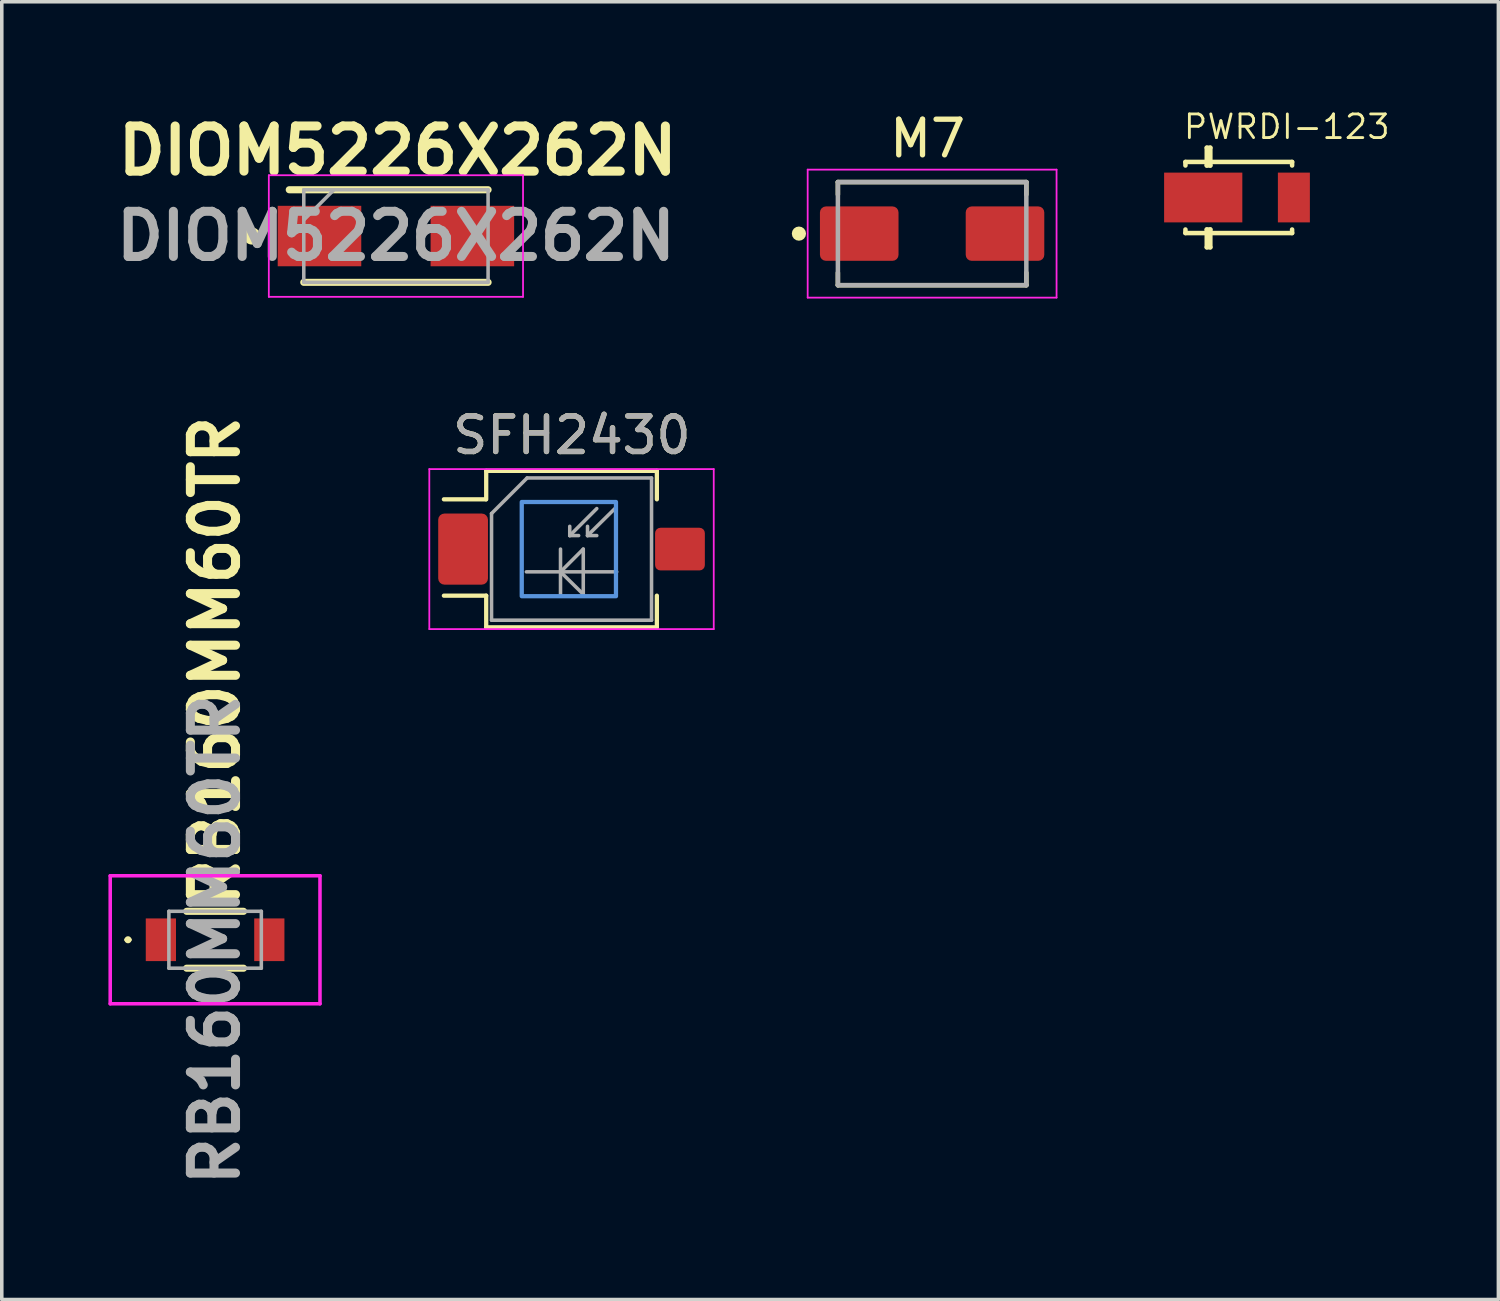
<source format=kicad_pcb>
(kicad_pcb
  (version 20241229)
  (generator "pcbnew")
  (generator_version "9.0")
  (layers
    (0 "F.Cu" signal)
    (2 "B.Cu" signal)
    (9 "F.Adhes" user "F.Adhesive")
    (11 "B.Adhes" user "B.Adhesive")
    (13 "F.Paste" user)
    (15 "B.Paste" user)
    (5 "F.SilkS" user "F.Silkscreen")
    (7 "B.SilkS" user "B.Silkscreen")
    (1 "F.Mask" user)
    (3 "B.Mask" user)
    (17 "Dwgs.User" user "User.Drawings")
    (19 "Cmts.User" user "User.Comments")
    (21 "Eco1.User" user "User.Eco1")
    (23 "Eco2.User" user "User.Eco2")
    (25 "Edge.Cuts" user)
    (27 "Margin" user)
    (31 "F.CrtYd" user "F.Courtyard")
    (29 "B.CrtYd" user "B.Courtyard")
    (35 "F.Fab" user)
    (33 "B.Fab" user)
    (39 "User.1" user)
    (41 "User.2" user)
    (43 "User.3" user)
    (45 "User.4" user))
  (footprint "M7"
    (layer "F.Cu")
    (at 23.167 3.521)
    (property "Reference" "M7" (at -0.127 -2.672 0) (layer "F.SilkS") (effects (font (size 1.002 1.002) (thickness 0.15))))
    (attr smd)
    (fp_line (start -2.65 -1.45) (end 2.65 -1.45) (stroke (width 0.127) (type solid)) (layer "F.SilkS"))
    (fp_line (start -2.65 -1.1) (end -2.65 -1.45) (stroke (width 0.127) (type solid)) (layer "F.SilkS"))
    (fp_line (start -2.65 1.1) (end -2.65 1.45) (stroke (width 0.127) (type solid)) (layer "F.SilkS"))
    (fp_line (start -2.65 1.45) (end 2.65 1.45) (stroke (width 0.127) (type solid)) (layer "F.SilkS"))
    (fp_line (start 2.65 -1.45) (end 2.65 -1.1) (stroke (width 0.127) (type solid)) (layer "F.SilkS"))
    (fp_line (start 2.65 1.45) (end 2.65 1.1) (stroke (width 0.127) (type solid)) (layer "F.SilkS"))
    (fp_circle (center -3.746 0) (end -3.646 0) (stroke (width 0.2) (type solid)) (fill no) (layer "F.SilkS"))
    (fp_line (start -3.5 -1.8) (end 3.5 -1.8) (stroke (width 0.05) (type solid)) (layer "F.CrtYd"))
    (fp_line (start -3.5 1.8) (end -3.5 -1.8) (stroke (width 0.05) (type solid)) (layer "F.CrtYd"))
    (fp_line (start 3.5 -1.8) (end 3.5 1.8) (stroke (width 0.05) (type solid)) (layer "F.CrtYd"))
    (fp_line (start 3.5 1.8) (end -3.5 1.8) (stroke (width 0.05) (type solid)) (layer "F.CrtYd"))
    (fp_line (start -2.65 -1.45) (end 2.65 -1.45) (stroke (width 0.127) (type solid)) (layer "F.Fab"))
    (fp_line (start -2.65 1.45) (end -2.65 -1.45) (stroke (width 0.127) (type solid)) (layer "F.Fab"))
    (fp_line (start 2.65 -1.45) (end 2.65 1.45) (stroke (width 0.127) (type solid)) (layer "F.Fab"))
    (fp_line (start 2.65 1.45) (end -2.65 1.45) (stroke (width 0.127) (type solid)) (layer "F.Fab"))
    (pad "A" smd roundrect (at 2.05 0) (size 2.21 1.53) (layers "F.Cu" "F.Mask" "F.Paste") (roundrect_rratio 0.11))
    (pad "C" smd roundrect (at -2.05 0) (size 2.21 1.53) (layers "F.Cu" "F.Mask" "F.Paste") (roundrect_rratio 0.11)))
  (footprint "DIOM5226X262N"
    (layer "F.Cu")
    (at 8.086 3.589)
    (property "Reference" "DIOM5226X262N" (at 0.05 -2.4 0) (layer "F.SilkS") (effects (font (size 1.27 1.27) (thickness 0.254))))
    (attr smd)
    (fp_line (start -2.592 1.302) (end 2.592 1.302) (stroke (width 0.2) (type solid)) (layer "F.SilkS"))
    (fp_line (start 2.592 -1.302) (end -3 -1.302) (stroke (width 0.2) (type solid)) (layer "F.SilkS"))
    (fp_circle (center -4.05 0) (end -3.87 0) (stroke (width 0.12) (type solid)) (fill yes) (layer "F.SilkS"))
    (fp_line (start -3.575 -1.71) (end 3.575 -1.71) (stroke (width 0.05) (type solid)) (layer "F.CrtYd"))
    (fp_line (start -3.575 1.71) (end -3.575 -1.71) (stroke (width 0.05) (type solid)) (layer "F.CrtYd"))
    (fp_line (start 3.575 -1.71) (end 3.575 1.71) (stroke (width 0.05) (type solid)) (layer "F.CrtYd"))
    (fp_line (start 3.575 1.71) (end -3.575 1.71) (stroke (width 0.05) (type solid)) (layer "F.CrtYd"))
    (fp_line (start -2.592 -1.302) (end 2.592 -1.302) (stroke (width 0.1) (type solid)) (layer "F.Fab"))
    (fp_line (start -2.592 -0.452) (end -1.742 -1.302) (stroke (width 0.1) (type solid)) (layer "F.Fab"))
    (fp_line (start -2.592 1.302) (end -2.592 -1.302) (stroke (width 0.1) (type solid)) (layer "F.Fab"))
    (fp_line (start 2.592 -1.302) (end 2.592 1.302) (stroke (width 0.1) (type solid)) (layer "F.Fab"))
    (fp_line (start 2.592 1.302) (end -2.592 1.302) (stroke (width 0.1) (type solid)) (layer "F.Fab"))
    (fp_text user "${REFERENCE}" (at 0 0 0) (layer "F.Fab") (effects (font (size 1.27 1.27) (thickness 0.254))))
    (pad "1" smd rect (at -2.15 0 90) (size 1.7 2.35) (layers "F.Cu" "F.Mask" "F.Paste"))
    (pad "2" smd rect (at 2.15 0 90) (size 1.7 2.35) (layers "F.Cu" "F.Mask" "F.Paste")))
  (footprint "PWRDI-123"
    (layer "F.Cu")
    (at 31.792 2.505)
    (property "Reference" "PWRDI-123" (at -1.6 -1.6 0) (layer "F.SilkS") (effects (font (size 0.665 0.665) (thickness 0.08)) (justify left bottom)))
    (attr smd)
    (fp_line (start -1.5 -1) (end -0.9 -1) (stroke (width 0.127) (type solid)) (layer "F.SilkS"))
    (fp_line (start -1.5 -0.9) (end -1.5 -1) (stroke (width 0.127) (type solid)) (layer "F.SilkS"))
    (fp_line (start -1.5 1) (end -1.5 0.9) (stroke (width 0.127) (type solid)) (layer "F.SilkS"))
    (fp_line (start -0.9 -1.4) (end -0.9 -0.9) (stroke (width 0.127) (type solid)) (layer "F.SilkS"))
    (fp_line (start -0.9 -1) (end -0.8 -1) (stroke (width 0.127) (type solid)) (layer "F.SilkS"))
    (fp_line (start -0.9 0.9) (end -0.9 1.4) (stroke (width 0.127) (type solid)) (layer "F.SilkS"))
    (fp_line (start -0.9 0.9) (end -0.8 0.9) (stroke (width 0.127) (type solid)) (layer "F.SilkS"))
    (fp_line (start -0.9 1) (end -1.5 1) (stroke (width 0.127) (type solid)) (layer "F.SilkS"))
    (fp_line (start -0.9 1) (end -0.8 1) (stroke (width 0.127) (type solid)) (layer "F.SilkS"))
    (fp_line (start -0.9 1.4) (end -0.8 1.4) (stroke (width 0.127) (type solid)) (layer "F.SilkS"))
    (fp_line (start -0.8 -1.4) (end -0.9 -1.4) (stroke (width 0.127) (type solid)) (layer "F.SilkS"))
    (fp_line (start -0.8 -1) (end 1.5 -1) (stroke (width 0.127) (type solid)) (layer "F.SilkS"))
    (fp_line (start -0.8 -0.9) (end -0.9 -0.9) (stroke (width 0.127) (type solid)) (layer "F.SilkS"))
    (fp_line (start -0.8 -0.9) (end -0.8 -1.4) (stroke (width 0.127) (type solid)) (layer "F.SilkS"))
    (fp_line (start -0.8 1.4) (end -0.8 0.9) (stroke (width 0.127) (type solid)) (layer "F.SilkS"))
    (fp_line (start 1.5 -1) (end 1.5 -0.9) (stroke (width 0.127) (type solid)) (layer "F.SilkS"))
    (fp_line (start 1.5 0.9) (end 1.5 1) (stroke (width 0.127) (type solid)) (layer "F.SilkS"))
    (fp_line (start 1.5 1) (end -0.8 1) (stroke (width 0.127) (type solid)) (layer "F.SilkS"))
    (pad "A" smd rect (at 1.55 0) (size 0.9 1.4) (layers "F.Cu" "F.Mask" "F.Paste"))
    (pad "C" smd rect (at -1 0) (size 2.2 1.4) (layers "F.Cu" "F.Mask" "F.Paste")))
  (footprint "SFH2430"
    (layer "F.Cu")
    (at 13.025 12.394)
    (property "Reference" "SFH2430" (at 0.01 -3.2 0) (layer "F.SilkS") (effects (font (size 1 1) (thickness 0.15))))
    (attr smd)
    (fp_line (start -3.59 1.31) (end -2.4 1.31) (stroke (width 0.12) (type solid)) (layer "F.SilkS"))
    (fp_line (start -2.41 -1.4) (end -3.59 -1.4) (stroke (width 0.12) (type solid)) (layer "F.SilkS"))
    (fp_line (start -2.4 -2.2) (end -2.4 -1.4) (stroke (width 0.12) (type solid)) (layer "F.SilkS"))
    (fp_line (start -2.4 1.31) (end -2.4 2.2) (stroke (width 0.12) (type solid)) (layer "F.SilkS"))
    (fp_line (start -2.4 2.2) (end 2.4 2.2) (stroke (width 0.12) (type solid)) (layer "F.SilkS"))
    (fp_line (start 2.4 -2.2) (end -2.4 -2.2) (stroke (width 0.12) (type solid)) (layer "F.SilkS"))
    (fp_line (start 2.4 -1.4) (end 2.4 -2.2) (stroke (width 0.12) (type solid)) (layer "F.SilkS"))
    (fp_line (start 2.4 2.2) (end 2.4 1.31) (stroke (width 0.12) (type solid)) (layer "F.SilkS"))
    (fp_rect (start -1.4 -1.325) (end 1.25 1.325) (stroke (width 0.12) (type solid)) (fill no) (layer "Cmts.User"))
    (fp_line (start -4 -2.25) (end -4 2.25) (stroke (width 0.05) (type solid)) (layer "F.CrtYd"))
    (fp_line (start -4 -2.25) (end 4 -2.25) (stroke (width 0.05) (type solid)) (layer "F.CrtYd"))
    (fp_line (start 4 2.25) (end -4 2.25) (stroke (width 0.05) (type solid)) (layer "F.CrtYd"))
    (fp_line (start 4 2.25) (end 4 -2.25) (stroke (width 0.05) (type solid)) (layer "F.CrtYd"))
    (fp_line (start -2.25 -1) (end -2.25 2) (stroke (width 0.1) (type solid)) (layer "F.Fab"))
    (fp_line (start -2.25 -1) (end -1.25 -2) (stroke (width 0.1) (type solid)) (layer "F.Fab"))
    (fp_line (start -1.27 0.64) (end 1.27 0.64) (stroke (width 0.1) (type solid)) (layer "F.Fab"))
    (fp_line (start -1.25 -2) (end 2.25 -2) (stroke (width 0.1) (type solid)) (layer "F.Fab"))
    (fp_line (start -0.31 0) (end -0.31 1.27) (stroke (width 0.1) (type solid)) (layer "F.Fab"))
    (fp_line (start -0.31 0.64) (end 0.33 0) (stroke (width 0.1) (type solid)) (layer "F.Fab"))
    (fp_line (start -0.05 -0.38) (end -0.05 -0.64) (stroke (width 0.1) (type solid)) (layer "F.Fab"))
    (fp_line (start -0.05 -0.38) (end 0.2 -0.38) (stroke (width 0.1) (type solid)) (layer "F.Fab"))
    (fp_line (start 0.33 0) (end 0.33 1.27) (stroke (width 0.1) (type solid)) (layer "F.Fab"))
    (fp_line (start 0.33 1.27) (end -0.31 0.64) (stroke (width 0.1) (type solid)) (layer "F.Fab"))
    (fp_line (start 0.45 -0.38) (end 0.45 -0.64) (stroke (width 0.1) (type solid)) (layer "F.Fab"))
    (fp_line (start 0.45 -0.38) (end 0.71 -0.38) (stroke (width 0.1) (type solid)) (layer "F.Fab"))
    (fp_line (start 0.71 -1.14) (end -0.05 -0.38) (stroke (width 0.1) (type solid)) (layer "F.Fab"))
    (fp_line (start 1.22 -1.14) (end 0.45 -0.38) (stroke (width 0.1) (type solid)) (layer "F.Fab"))
    (fp_line (start 2.25 -2) (end 2.25 2) (stroke (width 0.1) (type solid)) (layer "F.Fab"))
    (fp_line (start 2.25 2) (end -2.25 2) (stroke (width 0.1) (type solid)) (layer "F.Fab"))
    (fp_text user "${REFERENCE}" (at 0.01 -3.2 0) (layer "F.Fab") (effects (font (size 1 1) (thickness 0.15))))
    (pad "" smd roundrect (at -3.05 0 180) (size 1.3 1.9) (layers "F.Paste") (roundrect_rratio 0.125))
    (pad "" smd roundrect (at -3.05 0 180) (size 1.5 2.1) (layers "F.Mask") (roundrect_rratio 0.125))
    (pad "" smd roundrect (at 3.05 0 180) (size 1.3 1.1) (layers "F.Paste") (roundrect_rratio 0.125))
    (pad "" smd roundrect (at 3.05 0 180) (size 1.5 1.3) (layers "F.Mask") (roundrect_rratio 0.125))
    (pad "1" smd roundrect (at -3.05 0 180) (size 1.4 2) (layers "F.Cu" "F.Mask") (roundrect_rratio 0.125))
    (pad "2" smd roundrect (at 3.05 0 180) (size 1.4 1.2) (layers "F.Cu" "F.Mask") (roundrect_rratio 0.125)))
  (footprint "RB160MM60TR"
    (layer "F.Cu")
    (at 3 23.382)
    (property "Reference" "RB160MM60TR" (at 0 -0.8 90) (layer "F.SilkS") (effects (font (size 1.27 1.27) (thickness 0.254)) (justify left)))
    (attr smd)
    (fp_line (start -2.5 0) (end -2.5 0) (stroke (width 0.1) (type solid)) (layer "F.SilkS"))
    (fp_line (start -2.4 0) (end -2.4 0) (stroke (width 0.1) (type solid)) (layer "F.SilkS"))
    (fp_line (start -0.8 -0.8) (end 0.8 -0.8) (stroke (width 0.2) (type solid)) (layer "F.SilkS"))
    (fp_line (start -0.8 0.8) (end 0.8 0.8) (stroke (width 0.2) (type solid)) (layer "F.SilkS"))
    (fp_arc (start -2.5 0) (mid -2.45 -0.05) (end -2.4 0) (stroke (width 0.1) (type solid)) (layer "F.SilkS"))
    (fp_arc (start -2.4 0) (mid -2.45 0.05) (end -2.5 0) (stroke (width 0.1) (type solid)) (layer "F.SilkS"))
    (fp_line (start -2.95 -1.8) (end 2.95 -1.8) (stroke (width 0.1) (type solid)) (layer "F.CrtYd"))
    (fp_line (start -2.95 1.8) (end -2.95 -1.8) (stroke (width 0.1) (type solid)) (layer "F.CrtYd"))
    (fp_line (start 2.95 -1.8) (end 2.95 1.8) (stroke (width 0.1) (type solid)) (layer "F.CrtYd"))
    (fp_line (start 2.95 1.8) (end -2.95 1.8) (stroke (width 0.1) (type solid)) (layer "F.CrtYd"))
    (fp_line (start -1.3 -0.8) (end 1.3 -0.8) (stroke (width 0.1) (type solid)) (layer "F.Fab"))
    (fp_line (start -1.3 0.8) (end -1.3 -0.8) (stroke (width 0.1) (type solid)) (layer "F.Fab"))
    (fp_line (start 1.3 -0.8) (end 1.3 0.8) (stroke (width 0.1) (type solid)) (layer "F.Fab"))
    (fp_line (start 1.3 0.8) (end -1.3 0.8) (stroke (width 0.1) (type solid)) (layer "F.Fab"))
    (fp_text user "${REFERENCE}" (at 0 0 90) (layer "F.Fab") (effects (font (size 1.27 1.27) (thickness 0.254))))
    (pad "1" smd rect (at -1.525 0 180) (size 0.85 1.2) (layers "F.Cu" "F.Mask" "F.Paste"))
    (pad "2" smd rect (at 1.525 0 180) (size 0.85 1.2) (layers "F.Cu" "F.Mask" "F.Paste")))
  (gr_rect
    (start -3 -3)
    (end 39.094 33.5)
    (stroke (width 0.1) (type default))
    (fill no)
    (layer "Edge.Cuts")))
</source>
